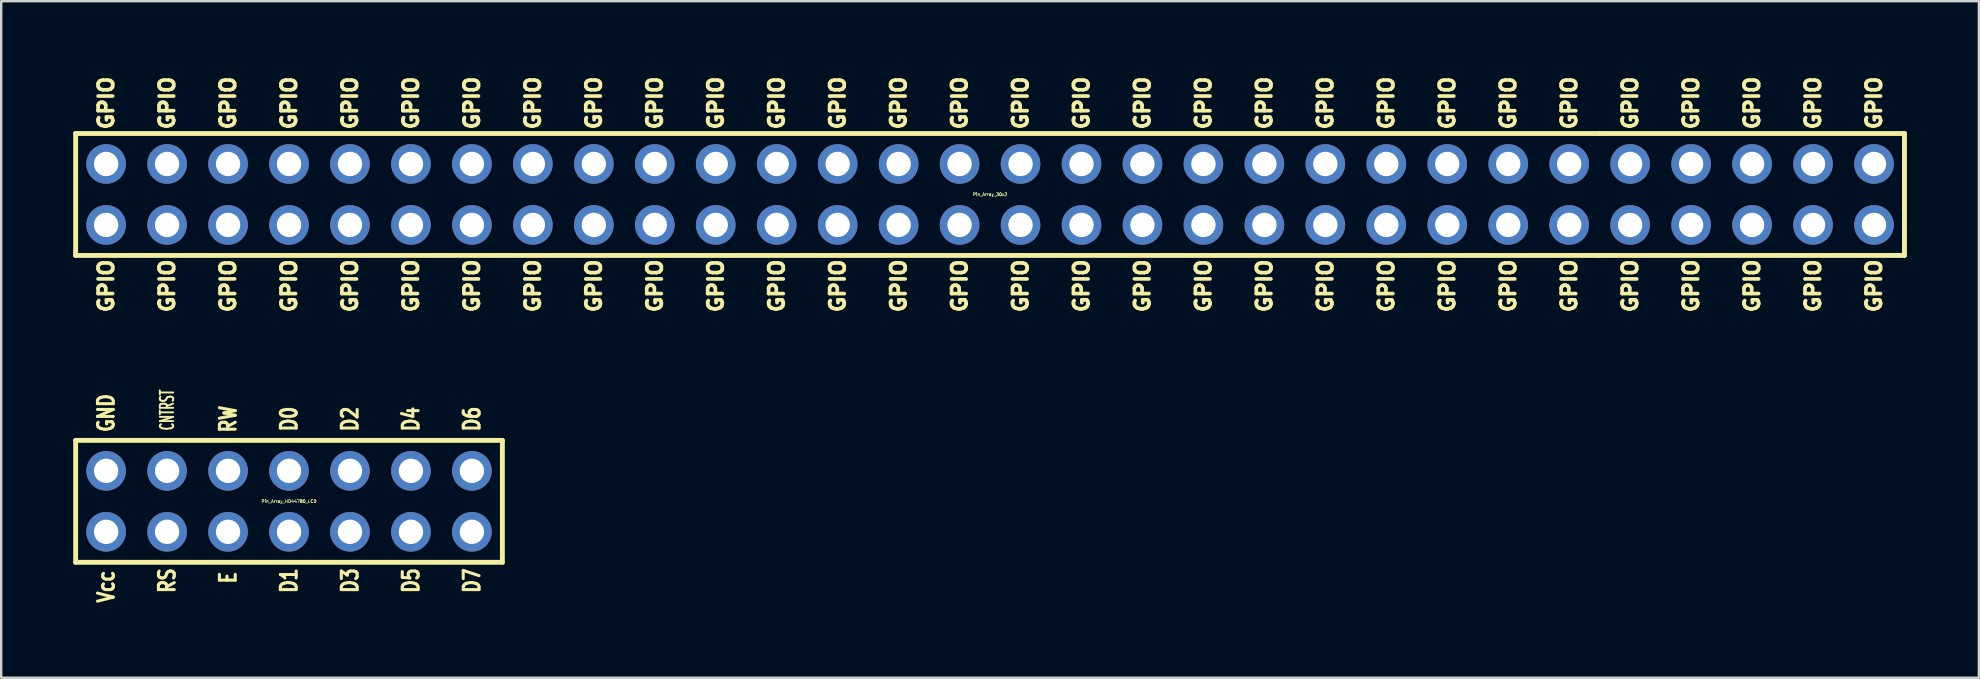
<source format=kicad_pcb>
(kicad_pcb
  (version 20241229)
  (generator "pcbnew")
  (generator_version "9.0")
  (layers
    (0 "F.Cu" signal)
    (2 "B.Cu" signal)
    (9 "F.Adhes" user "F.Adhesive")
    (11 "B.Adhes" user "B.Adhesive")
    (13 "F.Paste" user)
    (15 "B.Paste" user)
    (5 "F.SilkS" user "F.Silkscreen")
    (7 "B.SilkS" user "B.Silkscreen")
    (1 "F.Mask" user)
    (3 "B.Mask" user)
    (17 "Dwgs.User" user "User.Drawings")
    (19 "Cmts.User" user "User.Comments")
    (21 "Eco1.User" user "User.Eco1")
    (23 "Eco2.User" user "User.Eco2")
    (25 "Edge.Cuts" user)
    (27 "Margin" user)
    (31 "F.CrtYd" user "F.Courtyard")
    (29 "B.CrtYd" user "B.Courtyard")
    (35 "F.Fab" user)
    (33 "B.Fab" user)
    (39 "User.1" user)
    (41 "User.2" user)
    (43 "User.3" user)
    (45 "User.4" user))
  (footprint "Pin_Array_HD44780_LCD"
    (layer "F.Cu")
    (at 8.992 17.839)
    (property "Reference" "Pin_Array_HD44780_LCD" (at 0 0 0) (layer "F.SilkS") (effects (font (size 0.127 0.127) (thickness 0.025))))
    (attr through_hole)
    (fp_line (start -8.89 -2.54) (end -8.89 2.54) (stroke (width 0.203) (type solid)) (layer "F.SilkS"))
    (fp_line (start -8.89 2.54) (end 8.89 2.54) (stroke (width 0.203) (type solid)) (layer "F.SilkS"))
    (fp_line (start 8.89 -2.54) (end -8.89 -2.54) (stroke (width 0.203) (type solid)) (layer "F.SilkS"))
    (fp_line (start 8.89 2.54) (end 8.89 -2.54) (stroke (width 0.203) (type solid)) (layer "F.SilkS"))
    (fp_text user "D1" (at 0 3.302 90) (layer "F.SilkS") (effects (font (size 0.66 0.508) (thickness 0.178))))
    (fp_text user "D0" (at 0 -3.429 90) (layer "F.SilkS") (effects (font (size 0.66 0.508) (thickness 0.178))))
    (fp_text user "D3" (at 2.54 3.302 90) (layer "F.SilkS") (effects (font (size 0.66 0.508) (thickness 0.178))))
    (fp_text user "RW" (at -2.54 -3.429 90) (layer "F.SilkS") (effects (font (size 0.66 0.508) (thickness 0.178))))
    (fp_text user "CNTRST" (at -5.08 -3.81 90) (layer "F.SilkS") (effects (font (size 0.559 0.305) (thickness 0.178))))
    (fp_text user "D2" (at 2.54 -3.429 90) (layer "F.SilkS") (effects (font (size 0.66 0.508) (thickness 0.178))))
    (fp_text user "RS" (at -5.08 3.302 90) (layer "F.SilkS") (effects (font (size 0.66 0.508) (thickness 0.178))))
    (fp_text user "D5" (at 5.08 3.302 90) (layer "F.SilkS") (effects (font (size 0.66 0.508) (thickness 0.178))))
    (fp_text user "Vcc" (at -7.62 3.556 90) (layer "F.SilkS") (effects (font (size 0.66 0.508) (thickness 0.178))))
    (fp_text user "E" (at -2.54 3.175 90) (layer "F.SilkS") (effects (font (size 0.66 0.508) (thickness 0.178))))
    (fp_text user "GND" (at -7.62 -3.683 90) (layer "F.SilkS") (effects (font (size 0.66 0.508) (thickness 0.178))))
    (fp_text user "D7" (at 7.62 3.302 90) (layer "F.SilkS") (effects (font (size 0.66 0.508) (thickness 0.178))))
    (fp_text user "D6" (at 7.62 -3.429 90) (layer "F.SilkS") (effects (font (size 0.66 0.508) (thickness 0.178))))
    (fp_text user "D4" (at 5.08 -3.429 90) (layer "F.SilkS") (effects (font (size 0.66 0.508) (thickness 0.178))))
    (pad "1" thru_hole circle (at -7.62 -1.27) (size 1.651 1.651) (drill 1.016) (layers "*.Cu" "*.Mask"))
    (pad "2" thru_hole circle (at -7.62 1.27) (size 1.651 1.651) (drill 1.016) (layers "*.Cu" "*.Mask"))
    (pad "3" thru_hole circle (at -5.08 -1.27) (size 1.651 1.651) (drill 1.016) (layers "*.Cu" "*.Mask"))
    (pad "4" thru_hole circle (at -5.08 1.27) (size 1.651 1.651) (drill 1.016) (layers "*.Cu" "*.Mask"))
    (pad "5" thru_hole circle (at -2.54 -1.27) (size 1.651 1.651) (drill 1.016) (layers "*.Cu" "*.Mask"))
    (pad "6" thru_hole circle (at -2.54 1.27) (size 1.651 1.651) (drill 1.016) (layers "*.Cu" "*.Mask"))
    (pad "7" thru_hole circle (at 0 -1.27) (size 1.651 1.651) (drill 1.016) (layers "*.Cu" "*.Mask"))
    (pad "8" thru_hole circle (at 0 1.27) (size 1.651 1.651) (drill 1.016) (layers "*.Cu" "*.Mask"))
    (pad "9" thru_hole circle (at 2.54 -1.27) (size 1.651 1.651) (drill 1.016) (layers "*.Cu" "*.Mask"))
    (pad "10" thru_hole circle (at 2.54 1.27) (size 1.651 1.651) (drill 1.016) (layers "*.Cu" "*.Mask"))
    (pad "11" thru_hole circle (at 5.08 -1.27) (size 1.651 1.651) (drill 1.016) (layers "*.Cu" "*.Mask"))
    (pad "12" thru_hole circle (at 5.08 1.27) (size 1.651 1.651) (drill 1.016) (layers "*.Cu" "*.Mask"))
    (pad "13" thru_hole circle (at 7.62 -1.27) (size 1.651 1.651) (drill 1.016) (layers "*.Cu" "*.Mask"))
    (pad "14" thru_hole circle (at 7.62 1.27) (size 1.651 1.651) (drill 1.016) (layers "*.Cu" "*.Mask")))
  (footprint "Pin_Array_30x2"
    (layer "F.Cu")
    (at 38.202 5.052)
    (property "Reference" "Pin_Array_30x2" (at 0 0 0) (layer "F.SilkS") (effects (font (size 0.127 0.127) (thickness 0.025))))
    (attr through_hole)
    (fp_line (start -38.1 -2.54) (end 25.4 -2.54) (stroke (width 0.203) (type solid)) (layer "F.SilkS"))
    (fp_line (start -38.1 2.54) (end -38.1 -2.54) (stroke (width 0.203) (type solid)) (layer "F.SilkS"))
    (fp_line (start 25.4 -2.54) (end 38.1 -2.54) (stroke (width 0.203) (type solid)) (layer "F.SilkS"))
    (fp_line (start 25.4 2.54) (end -38.1 2.54) (stroke (width 0.203) (type solid)) (layer "F.SilkS"))
    (fp_line (start 38.1 -2.54) (end 38.1 2.54) (stroke (width 0.203) (type solid)) (layer "F.SilkS"))
    (fp_line (start 38.1 2.54) (end 25.4 2.54) (stroke (width 0.203) (type solid)) (layer "F.SilkS"))
    (fp_text user "GPIO" (at -31.75 -3.81 90) (layer "F.SilkS") (effects (font (size 0.61 0.61) (thickness 0.152))))
    (fp_text user "GPIO" (at -26.67 3.81 90) (layer "F.SilkS") (effects (font (size 0.61 0.61) (thickness 0.152))))
    (fp_text user "GPIO" (at -24.13 -3.81 90) (layer "F.SilkS") (effects (font (size 0.61 0.61) (thickness 0.152))))
    (fp_text user "GPIO" (at -11.43 3.81 90) (layer "F.SilkS") (effects (font (size 0.61 0.61) (thickness 0.152))))
    (fp_text user "GPIO" (at 11.43 -3.81 90) (layer "F.SilkS") (effects (font (size 0.61 0.61) (thickness 0.152))))
    (fp_text user "GPIO" (at -21.59 3.81 90) (layer "F.SilkS") (effects (font (size 0.61 0.61) (thickness 0.152))))
    (fp_text user "GPIO" (at -26.67 -3.81 90) (layer "F.SilkS") (effects (font (size 0.61 0.61) (thickness 0.152))))
    (fp_text user "GPIO" (at -21.59 -3.81 90) (layer "F.SilkS") (effects (font (size 0.61 0.61) (thickness 0.152))))
    (fp_text user "GPIO" (at 34.29 -3.81 90) (layer "F.SilkS") (effects (font (size 0.61 0.61) (thickness 0.152))))
    (fp_text user "GPIO" (at -1.27 -3.81 90) (layer "F.SilkS") (effects (font (size 0.61 0.61) (thickness 0.152))))
    (fp_text user "GPIO" (at 8.89 -3.81 90) (layer "F.SilkS") (effects (font (size 0.61 0.61) (thickness 0.152))))
    (fp_text user "GPIO" (at -36.83 -3.81 90) (layer "F.SilkS") (effects (font (size 0.61 0.61) (thickness 0.152))))
    (fp_text user "GPIO" (at -16.51 -3.81 90) (layer "F.SilkS") (effects (font (size 0.61 0.61) (thickness 0.152))))
    (fp_text user "GPIO" (at 8.89 3.81 90) (layer "F.SilkS") (effects (font (size 0.61 0.61) (thickness 0.152))))
    (fp_text user "GPIO" (at 19.05 -3.81 90) (layer "F.SilkS") (effects (font (size 0.61 0.61) (thickness 0.152))))
    (fp_text user "GPIO" (at -29.21 3.81 90) (layer "F.SilkS") (effects (font (size 0.61 0.61) (thickness 0.152))))
    (fp_text user "GPIO" (at -36.83 3.81 90) (layer "F.SilkS") (effects (font (size 0.61 0.61) (thickness 0.152))))
    (fp_text user "GPIO" (at -1.27 3.81 90) (layer "F.SilkS") (effects (font (size 0.61 0.61) (thickness 0.152))))
    (fp_text user "GPIO" (at -16.51 3.81 90) (layer "F.SilkS") (effects (font (size 0.61 0.61) (thickness 0.152))))
    (fp_text user "GPIO" (at -19.05 -3.81 90) (layer "F.SilkS") (effects (font (size 0.61 0.61) (thickness 0.152))))
    (fp_text user "GPIO" (at -34.29 -3.81 90) (layer "F.SilkS") (effects (font (size 0.61 0.61) (thickness 0.152))))
    (fp_text user "GPIO" (at 29.21 -3.81 90) (layer "F.SilkS") (effects (font (size 0.61 0.61) (thickness 0.152))))
    (fp_text user "GPIO" (at 16.51 -3.81 90) (layer "F.SilkS") (effects (font (size 0.61 0.61) (thickness 0.152))))
    (fp_text user "GPIO" (at -24.13 3.81 90) (layer "F.SilkS") (effects (font (size 0.61 0.61) (thickness 0.152))))
    (fp_text user "GPIO" (at 36.83 -3.81 90) (layer "F.SilkS") (effects (font (size 0.61 0.61) (thickness 0.152))))
    (fp_text user "GPIO" (at 13.97 -3.81 90) (layer "F.SilkS") (effects (font (size 0.61 0.61) (thickness 0.152))))
    (fp_text user "GPIO" (at 31.75 3.81 90) (layer "F.SilkS") (effects (font (size 0.61 0.61) (thickness 0.152))))
    (fp_text user "GPIO" (at 34.29 3.81 90) (layer "F.SilkS") (effects (font (size 0.61 0.61) (thickness 0.152))))
    (fp_text user "GPIO" (at 6.35 -3.81 90) (layer "F.SilkS") (effects (font (size 0.61 0.61) (thickness 0.152))))
    (fp_text user "GPIO" (at -31.75 3.81 90) (layer "F.SilkS") (effects (font (size 0.61 0.61) (thickness 0.152))))
    (fp_text user "GPIO" (at 3.81 -3.81 90) (layer "F.SilkS") (effects (font (size 0.61 0.61) (thickness 0.152))))
    (fp_text user "GPIO" (at -3.81 3.81 90) (layer "F.SilkS") (effects (font (size 0.61 0.61) (thickness 0.152))))
    (fp_text user "GPIO" (at 26.67 -3.81 90) (layer "F.SilkS") (effects (font (size 0.61 0.61) (thickness 0.152))))
    (fp_text user "GPIO" (at -29.21 -3.81 90) (layer "F.SilkS") (effects (font (size 0.61 0.61) (thickness 0.152))))
    (fp_text user "GPIO" (at -13.97 -3.81 90) (layer "F.SilkS") (effects (font (size 0.61 0.61) (thickness 0.152))))
    (fp_text user "GPIO" (at 6.35 3.81 90) (layer "F.SilkS") (effects (font (size 0.61 0.61) (thickness 0.152))))
    (fp_text user "GPIO" (at 21.59 -3.81 90) (layer "F.SilkS") (effects (font (size 0.61 0.61) (thickness 0.152))))
    (fp_text user "GPIO" (at -6.35 3.81 90) (layer "F.SilkS") (effects (font (size 0.61 0.61) (thickness 0.152))))
    (fp_text user "GPIO" (at -8.89 -3.81 90) (layer "F.SilkS") (effects (font (size 0.61 0.61) (thickness 0.152))))
    (fp_text user "GPIO" (at -13.97 3.81 90) (layer "F.SilkS") (effects (font (size 0.61 0.61) (thickness 0.152))))
    (fp_text user "GPIO" (at 26.67 3.81 90) (layer "F.SilkS") (effects (font (size 0.61 0.61) (thickness 0.152))))
    (fp_text user "GPIO" (at 1.27 -3.81 90) (layer "F.SilkS") (effects (font (size 0.61 0.61) (thickness 0.152))))
    (fp_text user "GPIO" (at 24.13 -3.81 90) (layer "F.SilkS") (effects (font (size 0.61 0.61) (thickness 0.152))))
    (fp_text user "GPIO" (at 21.59 3.81 90) (layer "F.SilkS") (effects (font (size 0.61 0.61) (thickness 0.152))))
    (fp_text user "GPIO" (at 36.83 3.81 90) (layer "F.SilkS") (effects (font (size 0.61 0.61) (thickness 0.152))))
    (fp_text user "GPIO" (at 1.27 3.81 90) (layer "F.SilkS") (effects (font (size 0.61 0.61) (thickness 0.152))))
    (fp_text user "GPIO" (at -19.05 3.81 90) (layer "F.SilkS") (effects (font (size 0.61 0.61) (thickness 0.152))))
    (fp_text user "GPIO" (at 31.75 -3.81 90) (layer "F.SilkS") (effects (font (size 0.61 0.61) (thickness 0.152))))
    (fp_text user "GPIO" (at -3.81 -3.81 90) (layer "F.SilkS") (effects (font (size 0.61 0.61) (thickness 0.152))))
    (fp_text user "GPIO" (at 11.43 3.81 90) (layer "F.SilkS") (effects (font (size 0.61 0.61) (thickness 0.152))))
    (fp_text user "GPIO" (at 3.81 3.81 90) (layer "F.SilkS") (effects (font (size 0.61 0.61) (thickness 0.152))))
    (fp_text user "GPIO" (at 16.51 3.81 90) (layer "F.SilkS") (effects (font (size 0.61 0.61) (thickness 0.152))))
    (fp_text user "GPIO" (at -8.89 3.81 90) (layer "F.SilkS") (effects (font (size 0.61 0.61) (thickness 0.152))))
    (fp_text user "GPIO" (at 13.97 3.81 90) (layer "F.SilkS") (effects (font (size 0.61 0.61) (thickness 0.152))))
    (fp_text user "GPIO" (at -34.29 3.81 90) (layer "F.SilkS") (effects (font (size 0.61 0.61) (thickness 0.152))))
    (fp_text user "GPIO" (at 29.21 3.81 90) (layer "F.SilkS") (effects (font (size 0.61 0.61) (thickness 0.152))))
    (fp_text user "GPIO" (at -11.43 -3.81 90) (layer "F.SilkS") (effects (font (size 0.61 0.61) (thickness 0.152))))
    (fp_text user "GPIO" (at 24.13 3.81 90) (layer "F.SilkS") (effects (font (size 0.61 0.61) (thickness 0.152))))
    (fp_text user "GPIO" (at -6.35 -3.81 90) (layer "F.SilkS") (effects (font (size 0.61 0.61) (thickness 0.152))))
    (fp_text user "GPIO" (at 19.05 3.81 90) (layer "F.SilkS") (effects (font (size 0.61 0.61) (thickness 0.152))))
    (pad "1" thru_hole circle (at -36.83 1.27) (size 1.651 1.651) (drill 1.016) (layers "*.Cu" "*.Mask"))
    (pad "2" thru_hole circle (at -36.83 -1.27) (size 1.651 1.651) (drill 1.016) (layers "*.Cu" "*.Mask"))
    (pad "3" thru_hole circle (at -34.29 1.27) (size 1.651 1.651) (drill 1.016) (layers "*.Cu" "*.Mask"))
    (pad "4" thru_hole circle (at -34.29 -1.27) (size 1.651 1.651) (drill 1.016) (layers "*.Cu" "*.Mask"))
    (pad "5" thru_hole circle (at -31.75 1.27) (size 1.651 1.651) (drill 1.016) (layers "*.Cu" "*.Mask"))
    (pad "6" thru_hole circle (at -31.75 -1.27) (size 1.651 1.651) (drill 1.016) (layers "*.Cu" "*.Mask"))
    (pad "7" thru_hole circle (at -29.21 1.27) (size 1.651 1.651) (drill 1.016) (layers "*.Cu" "*.Mask"))
    (pad "8" thru_hole circle (at -29.21 -1.27) (size 1.651 1.651) (drill 1.016) (layers "*.Cu" "*.Mask"))
    (pad "9" thru_hole circle (at -26.67 1.27) (size 1.651 1.651) (drill 1.016) (layers "*.Cu" "*.Mask"))
    (pad "10" thru_hole circle (at -26.67 -1.27) (size 1.651 1.651) (drill 1.016) (layers "*.Cu" "*.Mask"))
    (pad "11" thru_hole circle (at -24.13 1.27) (size 1.651 1.651) (drill 1.016) (layers "*.Cu" "*.Mask"))
    (pad "12" thru_hole circle (at -24.13 -1.27) (size 1.651 1.651) (drill 1.016) (layers "*.Cu" "*.Mask"))
    (pad "13" thru_hole circle (at -21.59 1.27) (size 1.651 1.651) (drill 1.016) (layers "*.Cu" "*.Mask"))
    (pad "14" thru_hole circle (at -21.59 -1.27) (size 1.651 1.651) (drill 1.016) (layers "*.Cu" "*.Mask"))
    (pad "15" thru_hole circle (at -19.05 1.27) (size 1.651 1.651) (drill 1.016) (layers "*.Cu" "*.Mask"))
    (pad "16" thru_hole circle (at -19.05 -1.27) (size 1.651 1.651) (drill 1.016) (layers "*.Cu" "*.Mask"))
    (pad "17" thru_hole circle (at -16.51 1.27) (size 1.651 1.651) (drill 1.016) (layers "*.Cu" "*.Mask"))
    (pad "18" thru_hole circle (at -16.51 -1.27) (size 1.651 1.651) (drill 1.016) (layers "*.Cu" "*.Mask"))
    (pad "19" thru_hole circle (at -13.97 1.27) (size 1.651 1.651) (drill 1.016) (layers "*.Cu" "*.Mask"))
    (pad "20" thru_hole circle (at -13.97 -1.27) (size 1.651 1.651) (drill 1.016) (layers "*.Cu" "*.Mask"))
    (pad "21" thru_hole circle (at -11.43 1.27) (size 1.651 1.651) (drill 1.016) (layers "*.Cu" "*.Mask"))
    (pad "22" thru_hole circle (at -11.43 -1.27) (size 1.651 1.651) (drill 1.016) (layers "*.Cu" "*.Mask"))
    (pad "23" thru_hole circle (at -8.89 1.27) (size 1.651 1.651) (drill 1.016) (layers "*.Cu" "*.Mask"))
    (pad "24" thru_hole circle (at -8.89 -1.27) (size 1.651 1.651) (drill 1.016) (layers "*.Cu" "*.Mask"))
    (pad "25" thru_hole circle (at -6.35 1.27) (size 1.651 1.651) (drill 1.016) (layers "*.Cu" "*.Mask"))
    (pad "26" thru_hole circle (at -6.35 -1.27) (size 1.651 1.651) (drill 1.016) (layers "*.Cu" "*.Mask"))
    (pad "27" thru_hole circle (at -3.81 1.27) (size 1.651 1.651) (drill 1.016) (layers "*.Cu" "*.Mask"))
    (pad "28" thru_hole circle (at -3.81 -1.27) (size 1.651 1.651) (drill 1.016) (layers "*.Cu" "*.Mask"))
    (pad "29" thru_hole circle (at -1.27 1.27) (size 1.651 1.651) (drill 1.016) (layers "*.Cu" "*.Mask"))
    (pad "30" thru_hole circle (at -1.27 -1.27) (size 1.651 1.651) (drill 1.016) (layers "*.Cu" "*.Mask"))
    (pad "31" thru_hole circle (at 1.27 1.27) (size 1.651 1.651) (drill 1.016) (layers "*.Cu" "*.Mask"))
    (pad "32" thru_hole circle (at 1.27 -1.27) (size 1.651 1.651) (drill 1.016) (layers "*.Cu" "*.Mask"))
    (pad "33" thru_hole circle (at 3.81 1.27) (size 1.651 1.651) (drill 1.016) (layers "*.Cu" "*.Mask"))
    (pad "34" thru_hole circle (at 3.81 -1.27) (size 1.651 1.651) (drill 1.016) (layers "*.Cu" "*.Mask"))
    (pad "35" thru_hole circle (at 6.35 1.27) (size 1.651 1.651) (drill 1.016) (layers "*.Cu" "*.Mask"))
    (pad "36" thru_hole circle (at 6.35 -1.27) (size 1.651 1.651) (drill 1.016) (layers "*.Cu" "*.Mask"))
    (pad "37" thru_hole circle (at 8.89 1.27) (size 1.651 1.651) (drill 1.016) (layers "*.Cu" "*.Mask"))
    (pad "38" thru_hole circle (at 8.89 -1.27) (size 1.651 1.651) (drill 1.016) (layers "*.Cu" "*.Mask"))
    (pad "39" thru_hole circle (at 11.43 1.27) (size 1.651 1.651) (drill 1.016) (layers "*.Cu" "*.Mask"))
    (pad "40" thru_hole circle (at 11.43 -1.27) (size 1.651 1.651) (drill 1.016) (layers "*.Cu" "*.Mask"))
    (pad "41" thru_hole circle (at 13.97 1.27) (size 1.651 1.651) (drill 1.016) (layers "*.Cu" "*.Mask"))
    (pad "42" thru_hole circle (at 13.97 -1.27) (size 1.651 1.651) (drill 1.016) (layers "*.Cu" "*.Mask"))
    (pad "43" thru_hole circle (at 16.51 1.27) (size 1.651 1.651) (drill 1.016) (layers "*.Cu" "*.Mask"))
    (pad "44" thru_hole circle (at 16.51 -1.27) (size 1.651 1.651) (drill 1.016) (layers "*.Cu" "*.Mask"))
    (pad "45" thru_hole circle (at 19.05 1.27) (size 1.651 1.651) (drill 1.016) (layers "*.Cu" "*.Mask"))
    (pad "46" thru_hole circle (at 19.05 -1.27) (size 1.651 1.651) (drill 1.016) (layers "*.Cu" "*.Mask"))
    (pad "47" thru_hole circle (at 21.59 1.27) (size 1.651 1.651) (drill 1.016) (layers "*.Cu" "*.Mask"))
    (pad "48" thru_hole circle (at 21.59 -1.27) (size 1.651 1.651) (drill 1.016) (layers "*.Cu" "*.Mask"))
    (pad "49" thru_hole circle (at 24.13 1.27) (size 1.651 1.651) (drill 1.016) (layers "*.Cu" "*.Mask"))
    (pad "50" thru_hole circle (at 24.13 -1.27) (size 1.651 1.651) (drill 1.016) (layers "*.Cu" "*.Mask"))
    (pad "51" thru_hole circle (at 26.67 1.27) (size 1.651 1.651) (drill 1.016) (layers "*.Cu" "*.Mask"))
    (pad "52" thru_hole circle (at 26.67 -1.27) (size 1.651 1.651) (drill 1.016) (layers "*.Cu" "*.Mask"))
    (pad "53" thru_hole circle (at 29.21 1.27) (size 1.651 1.651) (drill 1.016) (layers "*.Cu" "*.Mask"))
    (pad "54" thru_hole circle (at 29.21 -1.27) (size 1.651 1.651) (drill 1.016) (layers "*.Cu" "*.Mask"))
    (pad "55" thru_hole circle (at 31.75 1.27) (size 1.651 1.651) (drill 1.016) (layers "*.Cu" "*.Mask"))
    (pad "56" thru_hole circle (at 31.75 -1.27) (size 1.651 1.651) (drill 1.016) (layers "*.Cu" "*.Mask"))
    (pad "57" thru_hole circle (at 34.29 1.27) (size 1.651 1.651) (drill 1.016) (layers "*.Cu" "*.Mask"))
    (pad "58" thru_hole circle (at 34.29 -1.27) (size 1.651 1.651) (drill 1.016) (layers "*.Cu" "*.Mask"))
    (pad "59" thru_hole circle (at 36.83 1.27) (size 1.651 1.651) (drill 1.016) (layers "*.Cu" "*.Mask"))
    (pad "60" thru_hole circle (at 36.83 -1.27) (size 1.651 1.651) (drill 1.016) (layers "*.Cu" "*.Mask")))
  (gr_rect
    (start -3 -3)
    (end 79.403 25.188)
    (stroke (width 0.1) (type default))
    (fill no)
    (layer "Edge.Cuts")))
</source>
